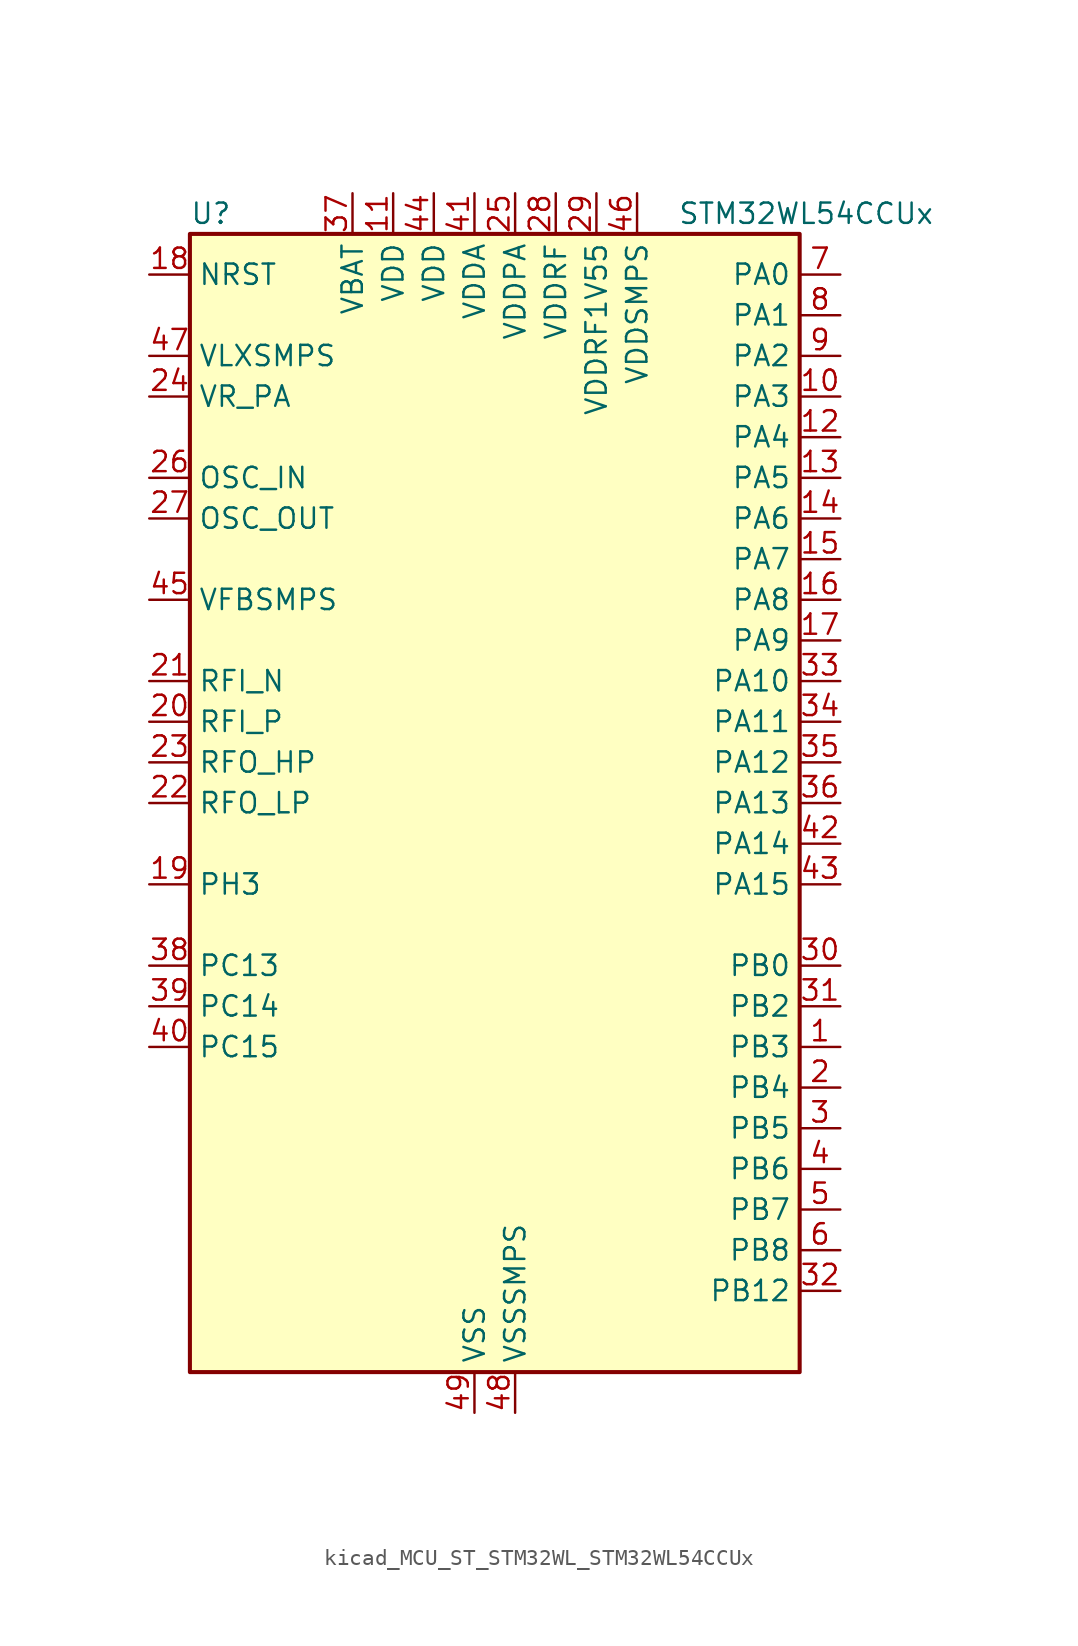
<source format=kicad_sym>
(kicad_symbol_lib
  (version 20220914)
  (generator kicad_symbol_editor)
  (symbol "kicad_MCU_ST_STM32WL_STM32WL54CCUx"
    (property "Reference" "U"
      (at -17.78 36.83 0)
      (effects (font (size 1.27 1.27)) (justify left)))
    (property "Value" "STM32WL54CCUx"
      (at 12.7 36.83 0)
      (effects (font (size 1.27 1.27)) (justify left)))
    (property "ki_locked" ""
      (at 0 0 0)
      (effects (font (size 1.27 1.27))))
    (symbol "kicad_MCU_ST_STM32WL_STM32WL54CCUx_0_1"
      (rectangle (start -17.78 -35.56) (end 20.32 35.56) (stroke (width 0.254) (type default)) (fill (type background))))
    (symbol "kicad_MCU_ST_STM32WL_STM32WL54CCUx_1_1"
      (pin bidirectional line (at 22.86 -15.24 180) (length 2.54) (name "PB3" (effects (font (size 1.27 1.27)))) (number "1" (effects (font (size 1.27 1.27)))) (alternate "ADC_IN2" bidirectional line) (alternate "COMP1_INM" bidirectional line) (alternate "COMP2_INM" bidirectional line) (alternate "DEBUG_JTDO-SWO" bidirectional line) (alternate "DEBUG_RF-DTB1" bidirectional line) (alternate "PWR_WKUP3" bidirectional line) (alternate "RTC_TAMP_IN3" bidirectional line) (alternate "SPI1_SCK" bidirectional line) (alternate "TIM2_CH2" bidirectional line) (alternate "USART1_DE" bidirectional line) (alternate "USART1_RTS" bidirectional line))
      (pin bidirectional line (at 22.86 25.4 180) (length 2.54) (name "PA3" (effects (font (size 1.27 1.27)))) (number "10" (effects (font (size 1.27 1.27)))) (alternate "I2S2_MCK" bidirectional line) (alternate "LPUART1_RX" bidirectional line) (alternate "TIM2_CH4" bidirectional line) (alternate "USART2_RX" bidirectional line))
      (pin power_in line (at -5.08 38.1 270) (length 2.54) (name "VDD" (effects (font (size 1.27 1.27)))) (number "11" (effects (font (size 1.27 1.27)))))
      (pin bidirectional line (at 22.86 22.86 180) (length 2.54) (name "PA4" (effects (font (size 1.27 1.27)))) (number "12" (effects (font (size 1.27 1.27)))) (alternate "DEBUG_SUBGHZSPI-NSSOUT" bidirectional line) (alternate "LPTIM1_OUT" bidirectional line) (alternate "LPTIM2_OUT" bidirectional line) (alternate "RTC_OUT2" bidirectional line) (alternate "SPI1_NSS" bidirectional line) (alternate "USART2_CK" bidirectional line))
      (pin bidirectional line (at 22.86 20.32 180) (length 2.54) (name "PA5" (effects (font (size 1.27 1.27)))) (number "13" (effects (font (size 1.27 1.27)))) (alternate "DEBUG_SUBGHZSPI-SCKOUT" bidirectional line) (alternate "LPTIM2_ETR" bidirectional line) (alternate "SPI1_SCK" bidirectional line) (alternate "SPI2_MISO" bidirectional line) (alternate "TIM2_CH1" bidirectional line) (alternate "TIM2_ETR" bidirectional line))
      (pin bidirectional line (at 22.86 17.78 180) (length 2.54) (name "PA6" (effects (font (size 1.27 1.27)))) (number "14" (effects (font (size 1.27 1.27)))) (alternate "DEBUG_SUBGHZSPI-MISOOUT" bidirectional line) (alternate "I2C2_SMBA" bidirectional line) (alternate "LPUART1_CTS" bidirectional line) (alternate "SPI1_MISO" bidirectional line) (alternate "TIM16_CH1" bidirectional line) (alternate "TIM1_BKIN" bidirectional line))
      (pin bidirectional line (at 22.86 15.24 180) (length 2.54) (name "PA7" (effects (font (size 1.27 1.27)))) (number "15" (effects (font (size 1.27 1.27)))) (alternate "COMP2_OUT" bidirectional line) (alternate "DEBUG_SUBGHZSPI-MOSIOUT" bidirectional line) (alternate "I2C3_SCL" bidirectional line) (alternate "SPI1_MOSI" bidirectional line) (alternate "TIM17_CH1" bidirectional line) (alternate "TIM1_CH1N" bidirectional line))
      (pin bidirectional line (at 22.86 12.7 180) (length 2.54) (name "PA8" (effects (font (size 1.27 1.27)))) (number "16" (effects (font (size 1.27 1.27)))) (alternate "I2S2_CK" bidirectional line) (alternate "LPTIM2_OUT" bidirectional line) (alternate "RCC_MCO" bidirectional line) (alternate "SPI2_SCK" bidirectional line) (alternate "TIM1_CH1" bidirectional line) (alternate "USART1_CK" bidirectional line))
      (pin bidirectional line (at 22.86 10.16 180) (length 2.54) (name "PA9" (effects (font (size 1.27 1.27)))) (number "17" (effects (font (size 1.27 1.27)))) (alternate "DAC_EXTI9" bidirectional line) (alternate "I2C1_SCL" bidirectional line) (alternate "I2S2_CK" bidirectional line) (alternate "I2S2_WS" bidirectional line) (alternate "SPI2_NSS" bidirectional line) (alternate "SPI2_SCK" bidirectional line) (alternate "TIM1_CH2" bidirectional line) (alternate "USART1_TX" bidirectional line))
      (pin input line (at -20.32 33.02 0) (length 2.54) (name "NRST" (effects (font (size 1.27 1.27)))) (number "18" (effects (font (size 1.27 1.27)))))
      (pin bidirectional line (at -20.32 -5.08 0) (length 2.54) (name "PH3" (effects (font (size 1.27 1.27)))) (number "19" (effects (font (size 1.27 1.27)))))
      (pin bidirectional line (at 22.86 -17.78 180) (length 2.54) (name "PB4" (effects (font (size 1.27 1.27)))) (number "2" (effects (font (size 1.27 1.27)))) (alternate "ADC_IN3" bidirectional line) (alternate "COMP1_INP" bidirectional line) (alternate "COMP2_INP" bidirectional line) (alternate "DEBUG_JTRST" bidirectional line) (alternate "DEBUG_RF-LDORDY" bidirectional line) (alternate "I2C3_SDA" bidirectional line) (alternate "SPI1_MISO" bidirectional line) (alternate "TIM17_BKIN" bidirectional line) (alternate "USART1_CTS" bidirectional line) (alternate "USART1_NSS" bidirectional line))
      (pin bidirectional line (at -20.32 5.08 0) (length 2.54) (name "RFI_P" (effects (font (size 1.27 1.27)))) (number "20" (effects (font (size 1.27 1.27)))))
      (pin bidirectional line (at -20.32 7.62 0) (length 2.54) (name "RFI_N" (effects (font (size 1.27 1.27)))) (number "21" (effects (font (size 1.27 1.27)))))
      (pin bidirectional line (at -20.32 0 0) (length 2.54) (name "RFO_LP" (effects (font (size 1.27 1.27)))) (number "22" (effects (font (size 1.27 1.27)))))
      (pin bidirectional line (at -20.32 2.54 0) (length 2.54) (name "RFO_HP" (effects (font (size 1.27 1.27)))) (number "23" (effects (font (size 1.27 1.27)))))
      (pin power_in line (at -20.32 25.4 0) (length 2.54) (name "VR_PA" (effects (font (size 1.27 1.27)))) (number "24" (effects (font (size 1.27 1.27)))))
      (pin power_in line (at 2.54 38.1 270) (length 2.54) (name "VDDPA" (effects (font (size 1.27 1.27)))) (number "25" (effects (font (size 1.27 1.27)))))
      (pin input line (at -20.32 20.32 0) (length 2.54) (name "OSC_IN" (effects (font (size 1.27 1.27)))) (number "26" (effects (font (size 1.27 1.27)))) (alternate "RCC_OSC_IN" bidirectional line))
      (pin input line (at -20.32 17.78 0) (length 2.54) (name "OSC_OUT" (effects (font (size 1.27 1.27)))) (number "27" (effects (font (size 1.27 1.27)))) (alternate "RCC_OSC_OUT" bidirectional line))
      (pin power_in line (at 5.08 38.1 270) (length 2.54) (name "VDDRF" (effects (font (size 1.27 1.27)))) (number "28" (effects (font (size 1.27 1.27)))))
      (pin power_in line (at 7.62 38.1 270) (length 2.54) (name "VDDRF1V55" (effects (font (size 1.27 1.27)))) (number "29" (effects (font (size 1.27 1.27)))))
      (pin bidirectional line (at 22.86 -20.32 180) (length 2.54) (name "PB5" (effects (font (size 1.27 1.27)))) (number "3" (effects (font (size 1.27 1.27)))) (alternate "COMP2_OUT" bidirectional line) (alternate "I2C1_SMBA" bidirectional line) (alternate "LPTIM1_IN1" bidirectional line) (alternate "SPI1_MOSI" bidirectional line) (alternate "TIM16_BKIN" bidirectional line) (alternate "USART1_CK" bidirectional line))
      (pin bidirectional line (at 22.86 -10.16 180) (length 2.54) (name "PB0" (effects (font (size 1.27 1.27)))) (number "30" (effects (font (size 1.27 1.27)))) (alternate "COMP1_OUT" bidirectional line) (alternate "VDDTCXO" bidirectional line))
      (pin bidirectional line (at 22.86 -12.7 180) (length 2.54) (name "PB2" (effects (font (size 1.27 1.27)))) (number "31" (effects (font (size 1.27 1.27)))) (alternate "ADC_IN4" bidirectional line) (alternate "COMP1_INP" bidirectional line) (alternate "COMP2_INM" bidirectional line) (alternate "DEBUG_RF-SMPSRDY" bidirectional line) (alternate "I2C3_SMBA" bidirectional line) (alternate "LPTIM1_OUT" bidirectional line) (alternate "SPI1_NSS" bidirectional line))
      (pin bidirectional line (at 22.86 -30.48 180) (length 2.54) (name "PB12" (effects (font (size 1.27 1.27)))) (number "32" (effects (font (size 1.27 1.27)))) (alternate "I2C3_SMBA" bidirectional line) (alternate "I2S2_WS" bidirectional line) (alternate "LPUART1_RTS" bidirectional line) (alternate "SPI2_NSS" bidirectional line) (alternate "TIM1_BKIN" bidirectional line))
      (pin bidirectional line (at 22.86 7.62 180) (length 2.54) (name "PA10" (effects (font (size 1.27 1.27)))) (number "33" (effects (font (size 1.27 1.27)))) (alternate "ADC_IN6" bidirectional line) (alternate "COMP1_INM" bidirectional line) (alternate "COMP2_INM" bidirectional line) (alternate "DAC_OUT1" bidirectional line) (alternate "DEBUG_RF-HSE32RDY" bidirectional line) (alternate "I2C1_SDA" bidirectional line) (alternate "I2S2_SD" bidirectional line) (alternate "RTC_REFIN" bidirectional line) (alternate "SPI2_MOSI" bidirectional line) (alternate "TIM17_BKIN" bidirectional line) (alternate "TIM1_CH3" bidirectional line) (alternate "USART1_RX" bidirectional line))
      (pin bidirectional line (at 22.86 5.08 180) (length 2.54) (name "PA11" (effects (font (size 1.27 1.27)))) (number "34" (effects (font (size 1.27 1.27)))) (alternate "ADC_EXTI11" bidirectional line) (alternate "ADC_IN7" bidirectional line) (alternate "COMP1_INM" bidirectional line) (alternate "COMP2_INM" bidirectional line) (alternate "DEBUG_RF-NRESET" bidirectional line) (alternate "I2C2_SDA" bidirectional line) (alternate "LPTIM3_ETR" bidirectional line) (alternate "SPI1_MISO" bidirectional line) (alternate "TIM1_BKIN2" bidirectional line) (alternate "TIM1_CH4" bidirectional line) (alternate "USART1_CTS" bidirectional line) (alternate "USART1_NSS" bidirectional line))
      (pin bidirectional line (at 22.86 2.54 180) (length 2.54) (name "PA12" (effects (font (size 1.27 1.27)))) (number "35" (effects (font (size 1.27 1.27)))) (alternate "ADC_IN8" bidirectional line) (alternate "DEBUG_RF-BUSY" bidirectional line) (alternate "I2C2_SCL" bidirectional line) (alternate "LPTIM3_IN1" bidirectional line) (alternate "SPI1_MOSI" bidirectional line) (alternate "TIM1_ETR" bidirectional line) (alternate "USART1_DE" bidirectional line) (alternate "USART1_RTS" bidirectional line))
      (pin bidirectional line (at 22.86 0 180) (length 2.54) (name "PA13" (effects (font (size 1.27 1.27)))) (number "36" (effects (font (size 1.27 1.27)))) (alternate "ADC_IN9" bidirectional line) (alternate "DEBUG_JTMS-SWDIO" bidirectional line) (alternate "I2C2_SMBA" bidirectional line) (alternate "IR_OUT" bidirectional line))
      (pin power_in line (at -7.62 38.1 270) (length 2.54) (name "VBAT" (effects (font (size 1.27 1.27)))) (number "37" (effects (font (size 1.27 1.27)))))
      (pin bidirectional line (at -20.32 -10.16 0) (length 2.54) (name "PC13" (effects (font (size 1.27 1.27)))) (number "38" (effects (font (size 1.27 1.27)))) (alternate "PWR_WKUP2" bidirectional line) (alternate "RTC_OUT1" bidirectional line) (alternate "RTC_TAMP_IN1" bidirectional line) (alternate "RTC_TS" bidirectional line))
      (pin bidirectional line (at -20.32 -12.7 0) (length 2.54) (name "PC14" (effects (font (size 1.27 1.27)))) (number "39" (effects (font (size 1.27 1.27)))) (alternate "RCC_OSC32_IN" bidirectional line))
      (pin bidirectional line (at 22.86 -22.86 180) (length 2.54) (name "PB6" (effects (font (size 1.27 1.27)))) (number "4" (effects (font (size 1.27 1.27)))) (alternate "I2C1_SCL" bidirectional line) (alternate "LPTIM1_ETR" bidirectional line) (alternate "TIM16_CH1N" bidirectional line) (alternate "USART1_TX" bidirectional line))
      (pin bidirectional line (at -20.32 -15.24 0) (length 2.54) (name "PC15" (effects (font (size 1.27 1.27)))) (number "40" (effects (font (size 1.27 1.27)))) (alternate "RCC_OSC32_OUT" bidirectional line))
      (pin power_in line (at 0 38.1 270) (length 2.54) (name "VDDA" (effects (font (size 1.27 1.27)))) (number "41" (effects (font (size 1.27 1.27)))))
      (pin bidirectional line (at 22.86 -2.54 180) (length 2.54) (name "PA14" (effects (font (size 1.27 1.27)))) (number "42" (effects (font (size 1.27 1.27)))) (alternate "ADC_IN10" bidirectional line) (alternate "DEBUG_JTCK-SWCLK" bidirectional line) (alternate "I2C1_SMBA" bidirectional line) (alternate "LPTIM1_OUT" bidirectional line))
      (pin bidirectional line (at 22.86 -5.08 180) (length 2.54) (name "PA15" (effects (font (size 1.27 1.27)))) (number "43" (effects (font (size 1.27 1.27)))) (alternate "ADC_IN11" bidirectional line) (alternate "COMP1_INM" bidirectional line) (alternate "COMP2_INP" bidirectional line) (alternate "DEBUG_JTDI" bidirectional line) (alternate "I2C2_SDA" bidirectional line) (alternate "SPI1_NSS" bidirectional line) (alternate "TIM2_CH1" bidirectional line) (alternate "TIM2_ETR" bidirectional line))
      (pin power_in line (at -2.54 38.1 270) (length 2.54) (name "VDD" (effects (font (size 1.27 1.27)))) (number "44" (effects (font (size 1.27 1.27)))))
      (pin input line (at -20.32 12.7 0) (length 2.54) (name "VFBSMPS" (effects (font (size 1.27 1.27)))) (number "45" (effects (font (size 1.27 1.27)))))
      (pin power_in line (at 10.16 38.1 270) (length 2.54) (name "VDDSMPS" (effects (font (size 1.27 1.27)))) (number "46" (effects (font (size 1.27 1.27)))))
      (pin power_in line (at -20.32 27.94 0) (length 2.54) (name "VLXSMPS" (effects (font (size 1.27 1.27)))) (number "47" (effects (font (size 1.27 1.27)))))
      (pin power_in line (at 2.54 -38.1 90) (length 2.54) (name "VSSSMPS" (effects (font (size 1.27 1.27)))) (number "48" (effects (font (size 1.27 1.27)))))
      (pin power_in line (at 0 -38.1 90) (length 2.54) (name "VSS" (effects (font (size 1.27 1.27)))) (number "49" (effects (font (size 1.27 1.27)))))
      (pin bidirectional line (at 22.86 -25.4 180) (length 2.54) (name "PB7" (effects (font (size 1.27 1.27)))) (number "5" (effects (font (size 1.27 1.27)))) (alternate "I2C1_SDA" bidirectional line) (alternate "LPTIM1_IN2" bidirectional line) (alternate "PWR_PVD_IN" bidirectional line) (alternate "TIM17_CH1N" bidirectional line) (alternate "TIM1_BKIN" bidirectional line) (alternate "USART1_RX" bidirectional line))
      (pin bidirectional line (at 22.86 -27.94 180) (length 2.54) (name "PB8" (effects (font (size 1.27 1.27)))) (number "6" (effects (font (size 1.27 1.27)))) (alternate "I2C1_SCL" bidirectional line) (alternate "TIM16_CH1" bidirectional line) (alternate "TIM1_CH2N" bidirectional line))
      (pin bidirectional line (at 22.86 33.02 180) (length 2.54) (name "PA0" (effects (font (size 1.27 1.27)))) (number "7" (effects (font (size 1.27 1.27)))) (alternate "COMP1_OUT" bidirectional line) (alternate "DEBUG_PWR-REGLP1S" bidirectional line) (alternate "I2C3_SMBA" bidirectional line) (alternate "I2S_CKIN" bidirectional line) (alternate "PWR_WKUP1" bidirectional line) (alternate "RTC_TAMP_IN2" bidirectional line) (alternate "TIM2_CH1" bidirectional line) (alternate "TIM2_ETR" bidirectional line) (alternate "USART2_CTS" bidirectional line) (alternate "USART2_NSS" bidirectional line))
      (pin bidirectional line (at 22.86 30.48 180) (length 2.54) (name "PA1" (effects (font (size 1.27 1.27)))) (number "8" (effects (font (size 1.27 1.27)))) (alternate "DEBUG_PWR-REGLP2S" bidirectional line) (alternate "I2C1_SMBA" bidirectional line) (alternate "LPTIM3_OUT" bidirectional line) (alternate "LPUART1_RTS" bidirectional line) (alternate "SPI1_SCK" bidirectional line) (alternate "TIM2_CH2" bidirectional line) (alternate "USART2_DE" bidirectional line) (alternate "USART2_RTS" bidirectional line))
      (pin bidirectional line (at 22.86 27.94 180) (length 2.54) (name "PA2" (effects (font (size 1.27 1.27)))) (number "9" (effects (font (size 1.27 1.27)))) (alternate "COMP2_OUT" bidirectional line) (alternate "DEBUG_PWR-LDORDY" bidirectional line) (alternate "LPUART1_TX" bidirectional line) (alternate "RCC_LSCO" bidirectional line) (alternate "TIM2_CH3" bidirectional line) (alternate "USART2_TX" bidirectional line)))))
</source>
